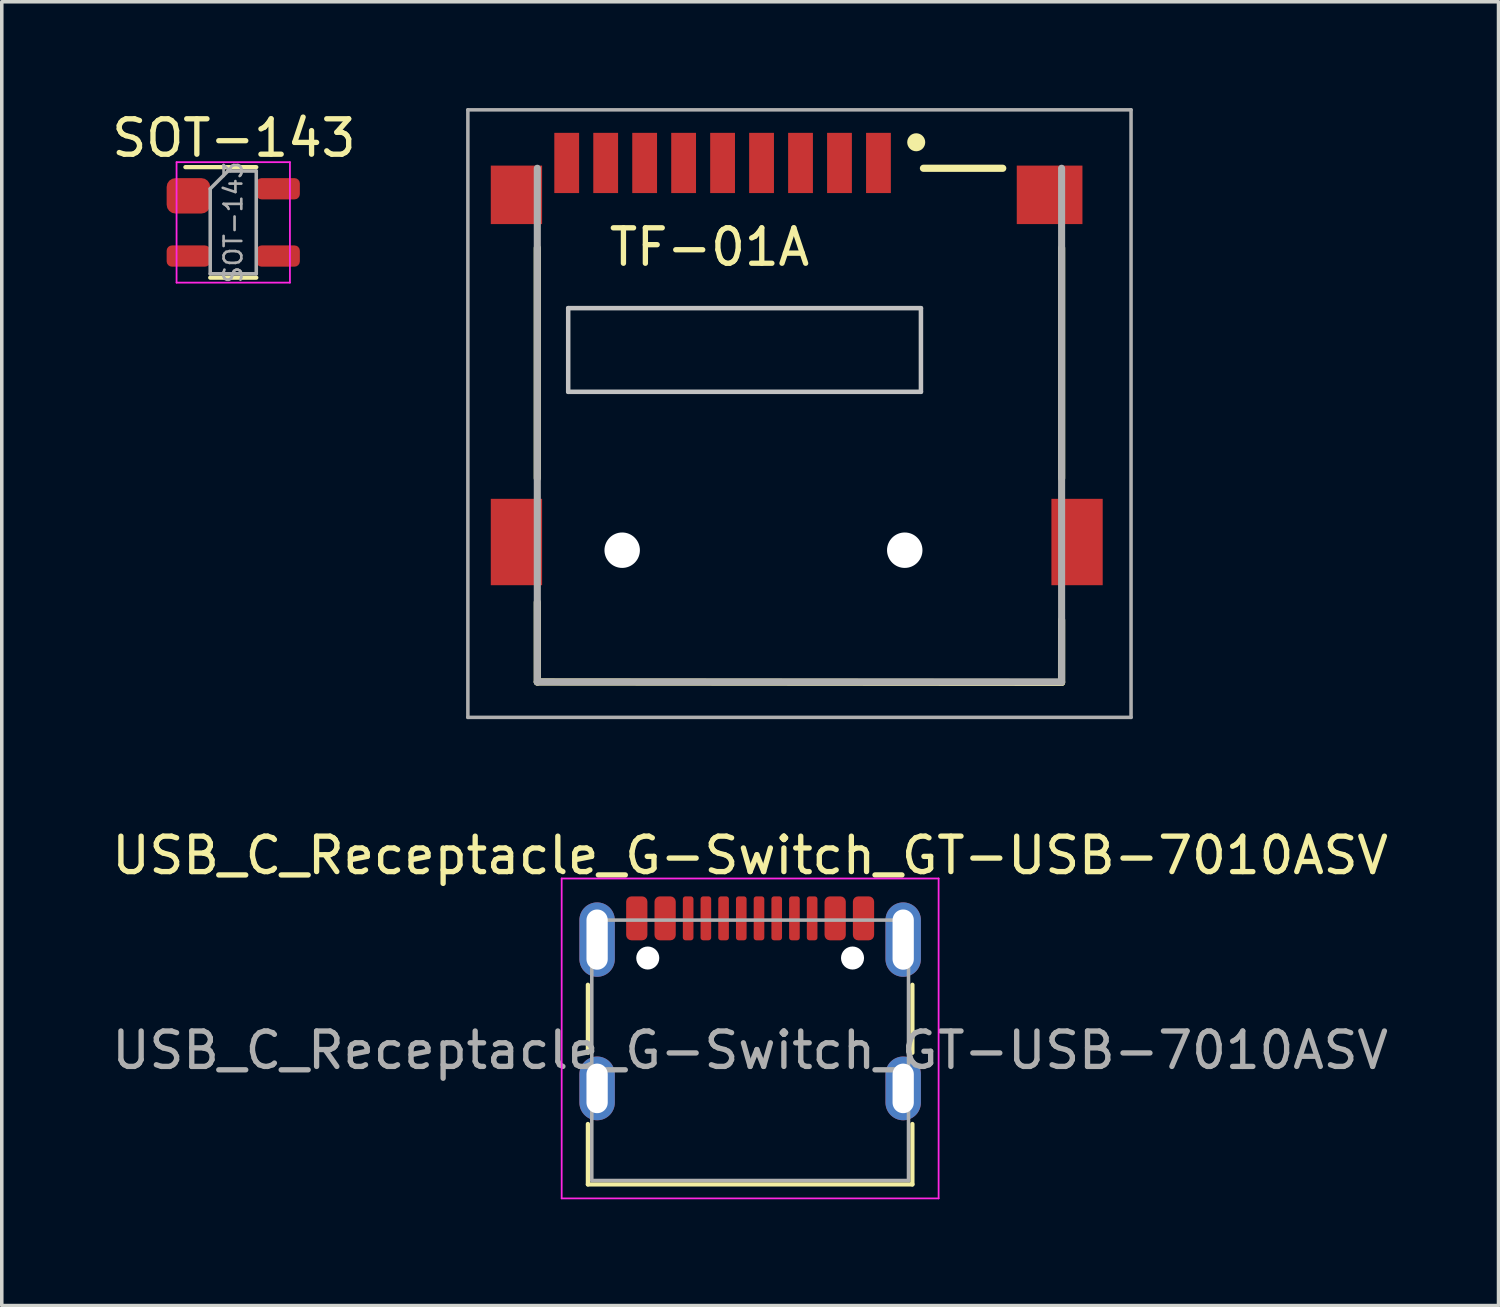
<source format=kicad_pcb>
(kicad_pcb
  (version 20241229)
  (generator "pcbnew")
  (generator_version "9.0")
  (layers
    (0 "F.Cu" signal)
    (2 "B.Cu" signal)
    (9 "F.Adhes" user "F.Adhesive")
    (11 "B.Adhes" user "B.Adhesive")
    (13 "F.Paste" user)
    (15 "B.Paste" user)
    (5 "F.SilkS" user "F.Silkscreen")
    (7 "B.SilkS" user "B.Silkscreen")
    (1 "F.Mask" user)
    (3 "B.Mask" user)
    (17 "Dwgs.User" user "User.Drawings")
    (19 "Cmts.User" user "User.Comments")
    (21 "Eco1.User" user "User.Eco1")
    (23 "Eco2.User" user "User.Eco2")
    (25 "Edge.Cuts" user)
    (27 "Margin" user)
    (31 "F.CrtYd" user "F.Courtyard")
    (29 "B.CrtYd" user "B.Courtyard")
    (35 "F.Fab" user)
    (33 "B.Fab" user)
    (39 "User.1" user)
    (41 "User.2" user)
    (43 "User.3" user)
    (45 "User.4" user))
  (footprint "TF-01A"
    (layer "F.Cu")
    (at 19.517 8.95)
    (property "Reference" "TF-01A" (at -2.54 -5.024 0) (layer "F.SilkS") (effects (font (size 1 1) (thickness 0.15))))
    (attr smd)
    (fp_line (start -7.4 -5) (end -7.4 1.5) (stroke (width 0.203) (type solid)) (layer "F.SilkS"))
    (fp_line (start -7.4 5) (end -7.399 7.25) (stroke (width 0.203) (type solid)) (layer "F.SilkS"))
    (fp_line (start -7.399 7.25) (end 7.399 7.263) (stroke (width 0.203) (type solid)) (layer "F.SilkS"))
    (fp_line (start 3.5 -7.25) (end 5.738 -7.25) (stroke (width 0.203) (type solid)) (layer "F.SilkS"))
    (fp_line (start 7.399 7.263) (end 7.4 5.5) (stroke (width 0.203) (type solid)) (layer "F.SilkS"))
    (fp_line (start 7.4 1.5) (end 7.4 -5) (stroke (width 0.203) (type solid)) (layer "F.SilkS"))
    (fp_circle (center 3.296 -7.984) (end 3.55 -7.984) (stroke (width 0) (type solid)) (fill yes) (layer "F.SilkS"))
    (fp_line (start -6.528 -3.302) (end -6.528 -0.94) (stroke (width 0.127) (type solid)) (layer "Dwgs.User"))
    (fp_line (start -6.528 -0.94) (end 3.429 -0.94) (stroke (width 0.127) (type solid)) (layer "Dwgs.User"))
    (fp_line (start 3.429 -3.302) (end -6.528 -3.302) (stroke (width 0.127) (type solid)) (layer "Dwgs.User"))
    (fp_line (start 3.429 -0.94) (end 3.429 -3.302) (stroke (width 0.127) (type solid)) (layer "Dwgs.User"))
    (fp_line (start -9.36 -8.9) (end 9.36 -8.9) (stroke (width 0.1) (type solid)) (layer "F.Fab"))
    (fp_line (start -9.36 8.25) (end -9.36 -8.9) (stroke (width 0.1) (type solid)) (layer "F.Fab"))
    (fp_line (start -7.4 7.25) (end -7.4 -7.25) (stroke (width 0.2) (type solid)) (layer "F.Fab"))
    (fp_line (start 7.4 -7.25) (end 7.4 7.25) (stroke (width 0.2) (type solid)) (layer "F.Fab"))
    (fp_line (start 7.4 7.25) (end -7.4 7.25) (stroke (width 0.2) (type solid)) (layer "F.Fab"))
    (fp_line (start 9.36 -8.9) (end 9.36 8.25) (stroke (width 0.1) (type solid)) (layer "F.Fab"))
    (fp_line (start 9.36 8.25) (end -9.36 8.25) (stroke (width 0.1) (type solid)) (layer "F.Fab"))
    (pad "" np_thru_hole circle (at -5.004 3.531) (size 1 1) (drill 1) (layers "*.Cu" "*.Mask"))
    (pad "" np_thru_hole circle (at 2.972 3.531) (size 1 1) (drill 1) (layers "*.Cu" "*.Mask"))
    (pad "1" smd rect (at 2.23 -7.4 90) (size 1.7 0.7) (layers "F.Cu" "F.Mask" "F.Paste"))
    (pad "2" smd rect (at 1.13 -7.4 90) (size 1.7 0.7) (layers "F.Cu" "F.Mask" "F.Paste"))
    (pad "3" smd rect (at 0.03 -7.4 90) (size 1.7 0.7) (layers "F.Cu" "F.Mask" "F.Paste"))
    (pad "4" smd rect (at -1.07 -7.4 90) (size 1.7 0.7) (layers "F.Cu" "F.Mask" "F.Paste"))
    (pad "5" smd rect (at -2.17 -7.4 90) (size 1.7 0.7) (layers "F.Cu" "F.Mask" "F.Paste"))
    (pad "6" smd rect (at -3.27 -7.4 90) (size 1.7 0.7) (layers "F.Cu" "F.Mask" "F.Paste"))
    (pad "7" smd rect (at -4.37 -7.4 90) (size 1.7 0.7) (layers "F.Cu" "F.Mask" "F.Paste"))
    (pad "8" smd rect (at -5.47 -7.4 90) (size 1.7 0.7) (layers "F.Cu" "F.Mask" "F.Paste"))
    (pad "9" smd rect (at -6.57 -7.4 90) (size 1.7 0.7) (layers "F.Cu" "F.Mask" "F.Paste"))
    (pad "MP1" smd rect (at -7.989 -6.5 90) (size 1.651 1.448) (layers "F.Cu" "F.Mask" "F.Paste"))
    (pad "MP2" smd rect (at -7.989 3.3 90) (size 2.438 1.448) (layers "F.Cu" "F.Mask" "F.Paste"))
    (pad "MP3" smd rect (at 7.836 3.3 90) (size 2.438 1.448) (layers "F.Cu" "F.Mask" "F.Paste"))
    (pad "MP4" smd rect (at 7.061 -6.5 90) (size 1.651 1.854) (layers "F.Cu" "F.Mask" "F.Paste")))
  (footprint "SOT-143"
    (layer "F.Cu")
    (at 3.534 3.228)
    (property "Reference" "SOT-143" (at 0.02 -2.38 0) (layer "F.SilkS") (effects (font (size 1 1) (thickness 0.15))))
    (attr smd)
    (fp_line (start -0.65 1.56) (end 0.65 1.56) (stroke (width 0.12) (type solid)) (layer "F.SilkS"))
    (fp_line (start 0.65 -1.56) (end -1.35 -1.56) (stroke (width 0.12) (type solid)) (layer "F.SilkS"))
    (fp_line (start -1.6 1.7) (end -1.6 -1.7) (stroke (width 0.05) (type solid)) (layer "F.CrtYd"))
    (fp_line (start -1.6 1.7) (end 1.6 1.7) (stroke (width 0.05) (type solid)) (layer "F.CrtYd"))
    (fp_line (start 1.6 -1.7) (end -1.6 -1.7) (stroke (width 0.05) (type solid)) (layer "F.CrtYd"))
    (fp_line (start 1.6 -1.7) (end 1.6 1.7) (stroke (width 0.05) (type solid)) (layer "F.CrtYd"))
    (fp_line (start -0.65 -0.95) (end -0.15 -1.45) (stroke (width 0.1) (type solid)) (layer "F.Fab"))
    (fp_line (start -0.65 1.45) (end -0.65 -0.95) (stroke (width 0.1) (type solid)) (layer "F.Fab"))
    (fp_line (start -0.15 -1.45) (end 0.65 -1.45) (stroke (width 0.1) (type solid)) (layer "F.Fab"))
    (fp_line (start 0.65 -1.45) (end 0.65 1.45) (stroke (width 0.1) (type solid)) (layer "F.Fab"))
    (fp_line (start 0.65 1.45) (end -0.65 1.45) (stroke (width 0.1) (type solid)) (layer "F.Fab"))
    (fp_text user "${REFERENCE}" (at 0 0 90) (layer "F.Fab") (effects (font (size 0.5 0.5) (thickness 0.075))))
    (pad "1" smd roundrect (at -1.265 -0.75) (size 1.23 1) (layers "F.Cu" "F.Mask" "F.Paste") (roundrect_rratio 0.25))
    (pad "2" smd roundrect (at -1.265 0.95) (size 1.23 0.6) (layers "F.Cu" "F.Mask" "F.Paste") (roundrect_rratio 0.25))
    (pad "3" smd roundrect (at 1.265 0.95) (size 1.23 0.6) (layers "F.Cu" "F.Mask" "F.Paste") (roundrect_rratio 0.25))
    (pad "4" smd roundrect (at 1.265 -0.95) (size 1.23 0.6) (layers "F.Cu" "F.Mask" "F.Paste") (roundrect_rratio 0.25)))
  (footprint "USB_C_Receptacle_G-Switch_GT-USB-7010ASV"
    (layer "F.Cu")
    (at 18.125 26.598)
    (property "Reference" "USB_C_Receptacle_G-Switch_GT-USB-7010ASV" (at 0 -5.5 0) (layer "F.SilkS") (effects (font (size 1 1) (thickness 0.15))))
    (attr smd)
    (fp_line (start -4.58 -1.85) (end -4.58 0.07) (stroke (width 0.12) (type solid)) (layer "F.SilkS"))
    (fp_line (start -4.58 3.785) (end -4.58 2.08) (stroke (width 0.12) (type solid)) (layer "F.SilkS"))
    (fp_line (start 4.58 0.07) (end 4.58 -1.85) (stroke (width 0.12) (type solid)) (layer "F.SilkS"))
    (fp_line (start 4.58 2.08) (end 4.58 3.785) (stroke (width 0.12) (type solid)) (layer "F.SilkS"))
    (fp_line (start 4.58 3.785) (end -4.58 3.785) (stroke (width 0.12) (type solid)) (layer "F.SilkS"))
    (fp_line (start -5.32 -4.85) (end 5.32 -4.85) (stroke (width 0.05) (type solid)) (layer "F.CrtYd"))
    (fp_line (start -5.32 4.18) (end -5.32 -4.85) (stroke (width 0.05) (type solid)) (layer "F.CrtYd"))
    (fp_line (start 5.32 -4.85) (end 5.32 4.18) (stroke (width 0.05) (type solid)) (layer "F.CrtYd"))
    (fp_line (start 5.32 4.18) (end -5.32 4.18) (stroke (width 0.05) (type solid)) (layer "F.CrtYd"))
    (fp_line (start -4.47 -3.675) (end -4.47 3.675) (stroke (width 0.1) (type solid)) (layer "F.Fab"))
    (fp_line (start -4.47 -3.675) (end 4.47 -3.675) (stroke (width 0.1) (type solid)) (layer "F.Fab"))
    (fp_line (start -4.47 3.675) (end 4.47 3.675) (stroke (width 0.1) (type solid)) (layer "F.Fab"))
    (fp_line (start 4.47 3.675) (end 4.47 -3.675) (stroke (width 0.1) (type solid)) (layer "F.Fab"))
    (fp_text user "${REFERENCE}" (at 0 0 0) (layer "F.Fab") (effects (font (size 1 1) (thickness 0.15))))
    (pad "" np_thru_hole circle (at -2.89 -2.605) (size 0.65 0.65) (drill 0.65) (layers "*.Cu" "*.Mask"))
    (pad "" np_thru_hole circle (at 2.89 -2.605) (size 0.65 0.65) (drill 0.65) (layers "*.Cu" "*.Mask"))
    (pad "A5" smd roundrect (at -1.25 -3.725) (size 0.3 1.24) (layers "F.Cu" "F.Mask" "F.Paste") (roundrect_rratio 0.25))
    (pad "A6" smd roundrect (at -0.25 -3.725) (size 0.3 1.24) (layers "F.Cu" "F.Mask" "F.Paste") (roundrect_rratio 0.25))
    (pad "A7" smd roundrect (at 0.25 -3.725) (size 0.3 1.24) (layers "F.Cu" "F.Mask" "F.Paste") (roundrect_rratio 0.25))
    (pad "A8" smd roundrect (at 1.25 -3.725) (size 0.3 1.24) (layers "F.Cu" "F.Mask" "F.Paste") (roundrect_rratio 0.25))
    (pad "A9" smd roundrect (at 2.4 -3.725) (size 0.6 1.24) (layers "F.Cu" "F.Mask" "F.Paste") (roundrect_rratio 0.25))
    (pad "A12" smd roundrect (at 3.2 -3.725) (size 0.6 1.24) (layers "F.Cu" "F.Mask" "F.Paste") (roundrect_rratio 0.25))
    (pad "B5" smd roundrect (at 1.75 -3.725) (size 0.3 1.24) (layers "F.Cu" "F.Mask" "F.Paste") (roundrect_rratio 0.25))
    (pad "B6" smd roundrect (at 0.75 -3.725) (size 0.3 1.24) (layers "F.Cu" "F.Mask" "F.Paste") (roundrect_rratio 0.25))
    (pad "B7" smd roundrect (at -0.75 -3.725) (size 0.3 1.24) (layers "F.Cu" "F.Mask" "F.Paste") (roundrect_rratio 0.25))
    (pad "B8" smd roundrect (at -1.75 -3.725) (size 0.3 1.24) (layers "F.Cu" "F.Mask" "F.Paste") (roundrect_rratio 0.25))
    (pad "B9" smd roundrect (at -2.4 -3.725) (size 0.6 1.24) (layers "F.Cu" "F.Mask" "F.Paste") (roundrect_rratio 0.25))
    (pad "B12" smd roundrect (at -3.2 -3.725) (size 0.6 1.24) (layers "F.Cu" "F.Mask" "F.Paste") (roundrect_rratio 0.25))
    (pad "S1" thru_hole oval (at -4.32 -3.125) (size 1 2.1) (drill oval 0.6 1.7) (layers "*.Cu" "*.Mask"))
    (pad "S1" thru_hole oval (at -4.32 1.075) (size 1 1.8) (drill oval 0.6 1.4) (layers "*.Cu" "*.Mask"))
    (pad "S1" thru_hole oval (at 4.32 -3.125) (size 1 2.1) (drill oval 0.6 1.7) (layers "*.Cu" "*.Mask"))
    (pad "S1" thru_hole oval (at 4.32 1.075) (size 1 1.8) (drill oval 0.6 1.4) (layers "*.Cu" "*.Mask")))
  (gr_rect
    (start -3 -3)
    (end 39.25 33.803)
    (stroke (width 0.1) (type default))
    (fill no)
    (layer "Edge.Cuts")))
</source>
